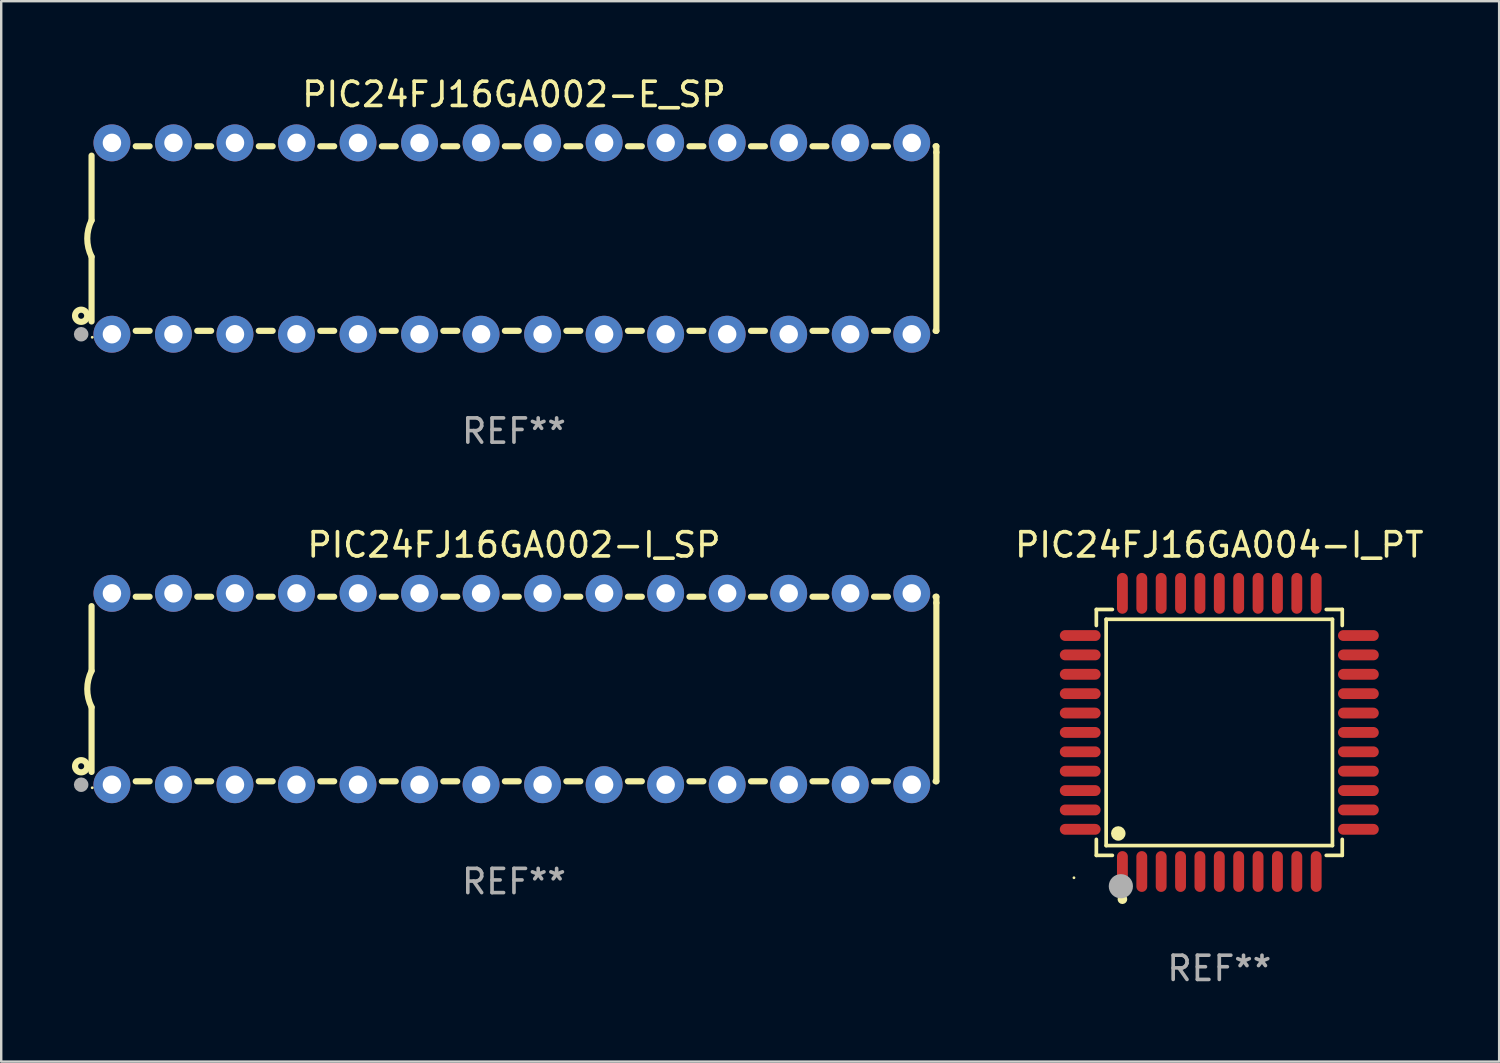
<source format=kicad_pcb>
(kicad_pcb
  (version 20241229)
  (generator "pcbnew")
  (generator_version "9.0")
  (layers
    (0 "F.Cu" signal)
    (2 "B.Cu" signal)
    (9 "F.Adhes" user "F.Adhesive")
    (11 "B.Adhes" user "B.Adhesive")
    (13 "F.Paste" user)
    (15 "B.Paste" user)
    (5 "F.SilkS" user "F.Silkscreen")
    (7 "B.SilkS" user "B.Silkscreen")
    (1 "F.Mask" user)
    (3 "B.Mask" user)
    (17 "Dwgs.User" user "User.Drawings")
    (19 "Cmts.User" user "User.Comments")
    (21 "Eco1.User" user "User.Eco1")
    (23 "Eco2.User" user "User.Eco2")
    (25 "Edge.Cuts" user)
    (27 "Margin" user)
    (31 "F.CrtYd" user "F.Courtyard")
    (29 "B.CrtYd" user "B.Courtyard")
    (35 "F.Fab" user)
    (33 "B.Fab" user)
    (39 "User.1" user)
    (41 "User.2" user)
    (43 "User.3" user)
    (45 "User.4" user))
  (footprint "PIC24FJ16GA002-E_SP"
    (layer "F.Cu")
    (at 18.168 6.798)
    (property "Reference" "PIC24FJ16GA002-E_SP" (at 0 -5.95 0) (layer "F.SilkS") (effects (font (size 1 1) (thickness 0.15))))
    (attr through_hole)
    (fp_line (start -17.438 0.75) (end -17.438 3.423) (stroke (width 0.254) (type solid)) (layer "F.SilkS"))
    (fp_line (start -17.438 -3.423) (end -17.438 -0.75) (stroke (width 0.254) (type solid)) (layer "F.SilkS"))
    (fp_line (start -15.615 3.81) (end -15.041 3.81) (stroke (width 0.254) (type solid)) (layer "F.SilkS"))
    (fp_line (start -15.041 -3.81) (end -15.614 -3.81) (stroke (width 0.254) (type solid)) (layer "F.SilkS"))
    (fp_line (start -13.075 3.81) (end -12.501 3.81) (stroke (width 0.254) (type solid)) (layer "F.SilkS"))
    (fp_line (start -12.501 -3.81) (end -13.074 -3.81) (stroke (width 0.254) (type solid)) (layer "F.SilkS"))
    (fp_line (start -10.535 3.81) (end -9.961 3.81) (stroke (width 0.254) (type solid)) (layer "F.SilkS"))
    (fp_line (start -9.961 -3.81) (end -10.534 -3.81) (stroke (width 0.254) (type solid)) (layer "F.SilkS"))
    (fp_line (start -7.995 3.81) (end -7.421 3.81) (stroke (width 0.254) (type solid)) (layer "F.SilkS"))
    (fp_line (start -7.421 -3.81) (end -7.995 -3.81) (stroke (width 0.254) (type solid)) (layer "F.SilkS"))
    (fp_line (start -5.455 3.81) (end -4.881 3.81) (stroke (width 0.254) (type solid)) (layer "F.SilkS"))
    (fp_line (start -4.881 -3.81) (end -5.455 -3.81) (stroke (width 0.254) (type solid)) (layer "F.SilkS"))
    (fp_line (start -2.915 3.81) (end -2.341 3.81) (stroke (width 0.254) (type solid)) (layer "F.SilkS"))
    (fp_line (start -2.341 -3.81) (end -2.915 -3.81) (stroke (width 0.254) (type solid)) (layer "F.SilkS"))
    (fp_line (start -0.375 3.81) (end 0.199 3.81) (stroke (width 0.254) (type solid)) (layer "F.SilkS"))
    (fp_line (start 0.199 -3.81) (end -0.375 -3.81) (stroke (width 0.254) (type solid)) (layer "F.SilkS"))
    (fp_line (start 2.165 3.81) (end 2.739 3.81) (stroke (width 0.254) (type solid)) (layer "F.SilkS"))
    (fp_line (start 2.739 -3.81) (end 2.165 -3.81) (stroke (width 0.254) (type solid)) (layer "F.SilkS"))
    (fp_line (start 4.705 3.81) (end 5.279 3.81) (stroke (width 0.254) (type solid)) (layer "F.SilkS"))
    (fp_line (start 5.279 -3.81) (end 4.705 -3.81) (stroke (width 0.254) (type solid)) (layer "F.SilkS"))
    (fp_line (start 7.245 3.81) (end 7.819 3.81) (stroke (width 0.254) (type solid)) (layer "F.SilkS"))
    (fp_line (start 7.819 -3.81) (end 7.245 -3.81) (stroke (width 0.254) (type solid)) (layer "F.SilkS"))
    (fp_line (start 9.785 3.81) (end 10.359 3.81) (stroke (width 0.254) (type solid)) (layer "F.SilkS"))
    (fp_line (start 10.359 -3.81) (end 9.785 -3.81) (stroke (width 0.254) (type solid)) (layer "F.SilkS"))
    (fp_line (start 12.325 3.81) (end 12.899 3.81) (stroke (width 0.254) (type solid)) (layer "F.SilkS"))
    (fp_line (start 12.899 -3.81) (end 12.325 -3.81) (stroke (width 0.254) (type solid)) (layer "F.SilkS"))
    (fp_line (start 14.865 3.81) (end 15.439 3.81) (stroke (width 0.254) (type solid)) (layer "F.SilkS"))
    (fp_line (start 15.439 -3.81) (end 14.865 -3.81) (stroke (width 0.254) (type solid)) (layer "F.SilkS"))
    (fp_line (start 17.405 3.81) (end 17.438 3.81) (stroke (width 0.254) (type solid)) (layer "F.SilkS"))
    (fp_line (start 17.438 -3.81) (end 17.405 -3.81) (stroke (width 0.254) (type solid)) (layer "F.SilkS"))
    (fp_line (start 17.438 -3.556) (end 17.438 -3.81) (stroke (width 0.254) (type solid)) (layer "F.SilkS"))
    (fp_line (start 17.438 3.81) (end 17.438 -3.556) (stroke (width 0.254) (type solid)) (layer "F.SilkS"))
    (fp_arc (start -17.437986 0.749657) (mid -17.614887 -0.000024) (end -17.437783 -0.749657) (stroke (width 0.254001) (type solid)) (layer "F.SilkS"))
    (fp_circle (center -17.868 3.188) (end -17.743 3.188) (stroke (width 0.254) (type solid)) (fill no) (layer "F.SilkS"))
    (fp_circle (center -17.411 4.077) (end -17.381 4.077) (stroke (width 0.06) (type solid)) (fill no) (layer "F.SilkS"))
    (fp_circle (center -17.868 3.95) (end -17.718 3.95) (stroke (width 0.3) (type solid)) (fill no) (layer "F.Fab"))
    (fp_text user "REF**" (at 0 7.95 0) (layer "F.Fab") (effects (font (size 1 1) (thickness 0.15))))
    (pad "1" thru_hole circle (at -16.598 3.95) (size 1.524 1.524) (drill 0.762) (layers "*.Cu" "*.Mask"))
    (pad "2" thru_hole circle (at -14.058 3.95) (size 1.524 1.524) (drill 0.762) (layers "*.Cu" "*.Mask"))
    (pad "3" thru_hole circle (at -11.518 3.95) (size 1.524 1.524) (drill 0.762) (layers "*.Cu" "*.Mask"))
    (pad "4" thru_hole circle (at -8.978 3.95) (size 1.524 1.524) (drill 0.762) (layers "*.Cu" "*.Mask"))
    (pad "5" thru_hole circle (at -6.438 3.95) (size 1.524 1.524) (drill 0.762) (layers "*.Cu" "*.Mask"))
    (pad "6" thru_hole circle (at -3.898 3.95) (size 1.524 1.524) (drill 0.762) (layers "*.Cu" "*.Mask"))
    (pad "7" thru_hole circle (at -1.358 3.95) (size 1.524 1.524) (drill 0.762) (layers "*.Cu" "*.Mask"))
    (pad "8" thru_hole circle (at 1.182 3.95) (size 1.524 1.524) (drill 0.762) (layers "*.Cu" "*.Mask"))
    (pad "9" thru_hole circle (at 3.722 3.95) (size 1.524 1.524) (drill 0.762) (layers "*.Cu" "*.Mask"))
    (pad "10" thru_hole circle (at 6.262 3.95) (size 1.524 1.524) (drill 0.762) (layers "*.Cu" "*.Mask"))
    (pad "11" thru_hole circle (at 8.802 3.95) (size 1.524 1.524) (drill 0.762) (layers "*.Cu" "*.Mask"))
    (pad "12" thru_hole circle (at 11.342 3.95) (size 1.524 1.524) (drill 0.762) (layers "*.Cu" "*.Mask"))
    (pad "13" thru_hole circle (at 13.882 3.95) (size 1.524 1.524) (drill 0.762) (layers "*.Cu" "*.Mask"))
    (pad "14" thru_hole circle (at 16.422 3.95) (size 1.524 1.524) (drill 0.762) (layers "*.Cu" "*.Mask"))
    (pad "15" thru_hole circle (at 16.422 -3.95) (size 1.524 1.524) (drill 0.762) (layers "*.Cu" "*.Mask"))
    (pad "16" thru_hole circle (at 13.882 -3.95) (size 1.524 1.524) (drill 0.762) (layers "*.Cu" "*.Mask"))
    (pad "17" thru_hole circle (at 11.342 -3.95) (size 1.524 1.524) (drill 0.762) (layers "*.Cu" "*.Mask"))
    (pad "18" thru_hole circle (at 8.802 -3.95) (size 1.524 1.524) (drill 0.762) (layers "*.Cu" "*.Mask"))
    (pad "19" thru_hole circle (at 6.262 -3.95) (size 1.524 1.524) (drill 0.762) (layers "*.Cu" "*.Mask"))
    (pad "20" thru_hole circle (at 3.722 -3.95) (size 1.524 1.524) (drill 0.762) (layers "*.Cu" "*.Mask"))
    (pad "21" thru_hole circle (at 1.182 -3.95) (size 1.524 1.524) (drill 0.762) (layers "*.Cu" "*.Mask"))
    (pad "22" thru_hole circle (at -1.358 -3.95) (size 1.524 1.524) (drill 0.762) (layers "*.Cu" "*.Mask"))
    (pad "23" thru_hole circle (at -3.898 -3.95) (size 1.524 1.524) (drill 0.762) (layers "*.Cu" "*.Mask"))
    (pad "24" thru_hole circle (at -6.438 -3.95) (size 1.524 1.524) (drill 0.762) (layers "*.Cu" "*.Mask"))
    (pad "25" thru_hole circle (at -8.978 -3.95) (size 1.524 1.524) (drill 0.762) (layers "*.Cu" "*.Mask"))
    (pad "26" thru_hole circle (at -11.517 -3.95) (size 1.524 1.524) (drill 0.762) (layers "*.Cu" "*.Mask"))
    (pad "27" thru_hole circle (at -14.057 -3.95) (size 1.524 1.524) (drill 0.762) (layers "*.Cu" "*.Mask"))
    (pad "28" thru_hole circle (at -16.597 -3.95) (size 1.524 1.524) (drill 0.762) (layers "*.Cu" "*.Mask")))
  (footprint "PIC24FJ16GA004-I_PT"
    (layer "F.Cu")
    (at 47.287 27.187)
    (property "Reference" "PIC24FJ16GA004-I_PT" (at 0 -7.742 0) (layer "F.SilkS") (effects (font (size 1 1) (thickness 0.15))))
    (attr through_hole)
    (fp_line (start -5.076 -5.076) (end -4.415 -5.076) (stroke (width 0.152) (type solid)) (layer "F.SilkS"))
    (fp_line (start -5.076 -4.415) (end -5.076 -5.076) (stroke (width 0.152) (type solid)) (layer "F.SilkS"))
    (fp_line (start -5.076 4.415) (end -5.076 5.076) (stroke (width 0.152) (type solid)) (layer "F.SilkS"))
    (fp_line (start -5.076 5.076) (end -4.415 5.076) (stroke (width 0.152) (type solid)) (layer "F.SilkS"))
    (fp_line (start -4.671 -4.671) (end 4.671 -4.671) (stroke (width 0.152) (type solid)) (layer "F.SilkS"))
    (fp_line (start -4.671 4.671) (end -4.671 -4.671) (stroke (width 0.152) (type solid)) (layer "F.SilkS"))
    (fp_line (start 4.671 -4.671) (end 4.671 4.671) (stroke (width 0.152) (type solid)) (layer "F.SilkS"))
    (fp_line (start 4.671 4.671) (end -4.671 4.671) (stroke (width 0.152) (type solid)) (layer "F.SilkS"))
    (fp_line (start 5.076 -5.076) (end 4.415 -5.076) (stroke (width 0.152) (type solid)) (layer "F.SilkS"))
    (fp_line (start 5.076 -4.415) (end 5.076 -5.076) (stroke (width 0.152) (type solid)) (layer "F.SilkS"))
    (fp_line (start 5.076 4.415) (end 5.076 5.076) (stroke (width 0.152) (type solid)) (layer "F.SilkS"))
    (fp_line (start 5.076 5.076) (end 4.415 5.076) (stroke (width 0.152) (type solid)) (layer "F.SilkS"))
    (fp_circle (center -6 6) (end -5.97 6) (stroke (width 0.06) (type solid)) (fill no) (layer "F.SilkS"))
    (fp_circle (center -4.171 4.171) (end -4.021 4.171) (stroke (width 0.3) (type solid)) (fill no) (layer "F.SilkS"))
    (fp_circle (center -4 6.884) (end -3.9 6.884) (stroke (width 0.2) (type solid)) (fill no) (layer "F.SilkS"))
    (fp_circle (center -4.064 6.35) (end -3.814 6.35) (stroke (width 0.5) (type solid)) (fill no) (layer "F.Fab"))
    (fp_text user "REF**" (at 0 9.742 0) (layer "F.Fab") (effects (font (size 1 1) (thickness 0.15))))
    (pad "1" smd oval (at -4 5.742) (size 0.448 1.684) (layers "F.Cu" "F.Mask" "F.Paste"))
    (pad "2" smd oval (at -3.2 5.742) (size 0.448 1.684) (layers "F.Cu" "F.Mask" "F.Paste"))
    (pad "3" smd oval (at -2.4 5.742) (size 0.448 1.684) (layers "F.Cu" "F.Mask" "F.Paste"))
    (pad "4" smd oval (at -1.6 5.742) (size 0.448 1.684) (layers "F.Cu" "F.Mask" "F.Paste"))
    (pad "5" smd oval (at -0.8 5.742) (size 0.448 1.684) (layers "F.Cu" "F.Mask" "F.Paste"))
    (pad "6" smd oval (at 0 5.742) (size 0.448 1.684) (layers "F.Cu" "F.Mask" "F.Paste"))
    (pad "7" smd oval (at 0.8 5.742) (size 0.448 1.684) (layers "F.Cu" "F.Mask" "F.Paste"))
    (pad "8" smd oval (at 1.6 5.742) (size 0.448 1.684) (layers "F.Cu" "F.Mask" "F.Paste"))
    (pad "9" smd oval (at 2.4 5.742) (size 0.448 1.684) (layers "F.Cu" "F.Mask" "F.Paste"))
    (pad "10" smd oval (at 3.2 5.742) (size 0.448 1.684) (layers "F.Cu" "F.Mask" "F.Paste"))
    (pad "11" smd oval (at 4 5.742) (size 0.448 1.684) (layers "F.Cu" "F.Mask" "F.Paste"))
    (pad "12" smd oval (at 5.742 4) (size 1.684 0.448) (layers "F.Cu" "F.Mask" "F.Paste"))
    (pad "13" smd oval (at 5.742 3.2) (size 1.684 0.448) (layers "F.Cu" "F.Mask" "F.Paste"))
    (pad "14" smd oval (at 5.742 2.4) (size 1.684 0.448) (layers "F.Cu" "F.Mask" "F.Paste"))
    (pad "15" smd oval (at 5.742 1.6) (size 1.684 0.448) (layers "F.Cu" "F.Mask" "F.Paste"))
    (pad "16" smd oval (at 5.742 0.8) (size 1.684 0.448) (layers "F.Cu" "F.Mask" "F.Paste"))
    (pad "17" smd oval (at 5.742 0) (size 1.684 0.448) (layers "F.Cu" "F.Mask" "F.Paste"))
    (pad "18" smd oval (at 5.742 -0.8) (size 1.684 0.448) (layers "F.Cu" "F.Mask" "F.Paste"))
    (pad "19" smd oval (at 5.742 -1.6) (size 1.684 0.448) (layers "F.Cu" "F.Mask" "F.Paste"))
    (pad "20" smd oval (at 5.742 -2.4) (size 1.684 0.448) (layers "F.Cu" "F.Mask" "F.Paste"))
    (pad "21" smd oval (at 5.742 -3.2) (size 1.684 0.448) (layers "F.Cu" "F.Mask" "F.Paste"))
    (pad "22" smd oval (at 5.742 -4) (size 1.684 0.448) (layers "F.Cu" "F.Mask" "F.Paste"))
    (pad "23" smd oval (at 4 -5.742) (size 0.448 1.684) (layers "F.Cu" "F.Mask" "F.Paste"))
    (pad "24" smd oval (at 3.2 -5.742) (size 0.448 1.684) (layers "F.Cu" "F.Mask" "F.Paste"))
    (pad "25" smd oval (at 2.4 -5.742) (size 0.448 1.684) (layers "F.Cu" "F.Mask" "F.Paste"))
    (pad "26" smd oval (at 1.6 -5.742) (size 0.448 1.684) (layers "F.Cu" "F.Mask" "F.Paste"))
    (pad "27" smd oval (at 0.8 -5.742) (size 0.448 1.684) (layers "F.Cu" "F.Mask" "F.Paste"))
    (pad "28" smd oval (at 0 -5.742) (size 0.448 1.684) (layers "F.Cu" "F.Mask" "F.Paste"))
    (pad "29" smd oval (at -0.8 -5.742) (size 0.448 1.684) (layers "F.Cu" "F.Mask" "F.Paste"))
    (pad "30" smd oval (at -1.6 -5.742) (size 0.448 1.684) (layers "F.Cu" "F.Mask" "F.Paste"))
    (pad "31" smd oval (at -2.4 -5.742) (size 0.448 1.684) (layers "F.Cu" "F.Mask" "F.Paste"))
    (pad "32" smd oval (at -3.2 -5.742) (size 0.448 1.684) (layers "F.Cu" "F.Mask" "F.Paste"))
    (pad "33" smd oval (at -4 -5.742) (size 0.448 1.684) (layers "F.Cu" "F.Mask" "F.Paste"))
    (pad "34" smd oval (at -5.742 -4) (size 1.684 0.448) (layers "F.Cu" "F.Mask" "F.Paste"))
    (pad "35" smd oval (at -5.742 -3.2) (size 1.684 0.448) (layers "F.Cu" "F.Mask" "F.Paste"))
    (pad "36" smd oval (at -5.742 -2.4) (size 1.684 0.448) (layers "F.Cu" "F.Mask" "F.Paste"))
    (pad "37" smd oval (at -5.742 -1.6) (size 1.684 0.448) (layers "F.Cu" "F.Mask" "F.Paste"))
    (pad "38" smd oval (at -5.742 -0.8) (size 1.684 0.448) (layers "F.Cu" "F.Mask" "F.Paste"))
    (pad "39" smd oval (at -5.742 0) (size 1.684 0.448) (layers "F.Cu" "F.Mask" "F.Paste"))
    (pad "40" smd oval (at -5.742 0.8) (size 1.684 0.448) (layers "F.Cu" "F.Mask" "F.Paste"))
    (pad "41" smd oval (at -5.742 1.6) (size 1.684 0.448) (layers "F.Cu" "F.Mask" "F.Paste"))
    (pad "42" smd oval (at -5.742 2.4) (size 1.684 0.448) (layers "F.Cu" "F.Mask" "F.Paste"))
    (pad "43" smd oval (at -5.742 3.2) (size 1.684 0.448) (layers "F.Cu" "F.Mask" "F.Paste"))
    (pad "44" smd oval (at -5.742 4) (size 1.684 0.448) (layers "F.Cu" "F.Mask" "F.Paste")))
  (footprint "PIC24FJ16GA002-I_SP"
    (layer "F.Cu")
    (at 18.168 25.395)
    (property "Reference" "PIC24FJ16GA002-I_SP" (at 0 -5.95 0) (layer "F.SilkS") (effects (font (size 1 1) (thickness 0.15))))
    (attr through_hole)
    (fp_line (start -17.438 0.75) (end -17.438 3.423) (stroke (width 0.254) (type solid)) (layer "F.SilkS"))
    (fp_line (start -17.438 -3.423) (end -17.438 -0.75) (stroke (width 0.254) (type solid)) (layer "F.SilkS"))
    (fp_line (start -15.615 3.81) (end -15.041 3.81) (stroke (width 0.254) (type solid)) (layer "F.SilkS"))
    (fp_line (start -15.041 -3.81) (end -15.614 -3.81) (stroke (width 0.254) (type solid)) (layer "F.SilkS"))
    (fp_line (start -13.075 3.81) (end -12.501 3.81) (stroke (width 0.254) (type solid)) (layer "F.SilkS"))
    (fp_line (start -12.501 -3.81) (end -13.074 -3.81) (stroke (width 0.254) (type solid)) (layer "F.SilkS"))
    (fp_line (start -10.535 3.81) (end -9.961 3.81) (stroke (width 0.254) (type solid)) (layer "F.SilkS"))
    (fp_line (start -9.961 -3.81) (end -10.534 -3.81) (stroke (width 0.254) (type solid)) (layer "F.SilkS"))
    (fp_line (start -7.995 3.81) (end -7.421 3.81) (stroke (width 0.254) (type solid)) (layer "F.SilkS"))
    (fp_line (start -7.421 -3.81) (end -7.995 -3.81) (stroke (width 0.254) (type solid)) (layer "F.SilkS"))
    (fp_line (start -5.455 3.81) (end -4.881 3.81) (stroke (width 0.254) (type solid)) (layer "F.SilkS"))
    (fp_line (start -4.881 -3.81) (end -5.455 -3.81) (stroke (width 0.254) (type solid)) (layer "F.SilkS"))
    (fp_line (start -2.915 3.81) (end -2.341 3.81) (stroke (width 0.254) (type solid)) (layer "F.SilkS"))
    (fp_line (start -2.341 -3.81) (end -2.915 -3.81) (stroke (width 0.254) (type solid)) (layer "F.SilkS"))
    (fp_line (start -0.375 3.81) (end 0.199 3.81) (stroke (width 0.254) (type solid)) (layer "F.SilkS"))
    (fp_line (start 0.199 -3.81) (end -0.375 -3.81) (stroke (width 0.254) (type solid)) (layer "F.SilkS"))
    (fp_line (start 2.165 3.81) (end 2.739 3.81) (stroke (width 0.254) (type solid)) (layer "F.SilkS"))
    (fp_line (start 2.739 -3.81) (end 2.165 -3.81) (stroke (width 0.254) (type solid)) (layer "F.SilkS"))
    (fp_line (start 4.705 3.81) (end 5.279 3.81) (stroke (width 0.254) (type solid)) (layer "F.SilkS"))
    (fp_line (start 5.279 -3.81) (end 4.705 -3.81) (stroke (width 0.254) (type solid)) (layer "F.SilkS"))
    (fp_line (start 7.245 3.81) (end 7.819 3.81) (stroke (width 0.254) (type solid)) (layer "F.SilkS"))
    (fp_line (start 7.819 -3.81) (end 7.245 -3.81) (stroke (width 0.254) (type solid)) (layer "F.SilkS"))
    (fp_line (start 9.785 3.81) (end 10.359 3.81) (stroke (width 0.254) (type solid)) (layer "F.SilkS"))
    (fp_line (start 10.359 -3.81) (end 9.785 -3.81) (stroke (width 0.254) (type solid)) (layer "F.SilkS"))
    (fp_line (start 12.325 3.81) (end 12.899 3.81) (stroke (width 0.254) (type solid)) (layer "F.SilkS"))
    (fp_line (start 12.899 -3.81) (end 12.325 -3.81) (stroke (width 0.254) (type solid)) (layer "F.SilkS"))
    (fp_line (start 14.865 3.81) (end 15.439 3.81) (stroke (width 0.254) (type solid)) (layer "F.SilkS"))
    (fp_line (start 15.439 -3.81) (end 14.865 -3.81) (stroke (width 0.254) (type solid)) (layer "F.SilkS"))
    (fp_line (start 17.405 3.81) (end 17.438 3.81) (stroke (width 0.254) (type solid)) (layer "F.SilkS"))
    (fp_line (start 17.438 -3.81) (end 17.405 -3.81) (stroke (width 0.254) (type solid)) (layer "F.SilkS"))
    (fp_line (start 17.438 -3.556) (end 17.438 -3.81) (stroke (width 0.254) (type solid)) (layer "F.SilkS"))
    (fp_line (start 17.438 3.81) (end 17.438 -3.556) (stroke (width 0.254) (type solid)) (layer "F.SilkS"))
    (fp_arc (start -17.437986 0.749657) (mid -17.614887 -0.000024) (end -17.437783 -0.749657) (stroke (width 0.254001) (type solid)) (layer "F.SilkS"))
    (fp_circle (center -17.868 3.188) (end -17.743 3.188) (stroke (width 0.254) (type solid)) (fill no) (layer "F.SilkS"))
    (fp_circle (center -17.411 4.077) (end -17.381 4.077) (stroke (width 0.06) (type solid)) (fill no) (layer "F.SilkS"))
    (fp_circle (center -17.868 3.95) (end -17.718 3.95) (stroke (width 0.3) (type solid)) (fill no) (layer "F.Fab"))
    (fp_text user "REF**" (at 0 7.95 0) (layer "F.Fab") (effects (font (size 1 1) (thickness 0.15))))
    (pad "1" thru_hole circle (at -16.598 3.95) (size 1.524 1.524) (drill 0.762) (layers "*.Cu" "*.Mask"))
    (pad "2" thru_hole circle (at -14.058 3.95) (size 1.524 1.524) (drill 0.762) (layers "*.Cu" "*.Mask"))
    (pad "3" thru_hole circle (at -11.518 3.95) (size 1.524 1.524) (drill 0.762) (layers "*.Cu" "*.Mask"))
    (pad "4" thru_hole circle (at -8.978 3.95) (size 1.524 1.524) (drill 0.762) (layers "*.Cu" "*.Mask"))
    (pad "5" thru_hole circle (at -6.438 3.95) (size 1.524 1.524) (drill 0.762) (layers "*.Cu" "*.Mask"))
    (pad "6" thru_hole circle (at -3.898 3.95) (size 1.524 1.524) (drill 0.762) (layers "*.Cu" "*.Mask"))
    (pad "7" thru_hole circle (at -1.358 3.95) (size 1.524 1.524) (drill 0.762) (layers "*.Cu" "*.Mask"))
    (pad "8" thru_hole circle (at 1.182 3.95) (size 1.524 1.524) (drill 0.762) (layers "*.Cu" "*.Mask"))
    (pad "9" thru_hole circle (at 3.722 3.95) (size 1.524 1.524) (drill 0.762) (layers "*.Cu" "*.Mask"))
    (pad "10" thru_hole circle (at 6.262 3.95) (size 1.524 1.524) (drill 0.762) (layers "*.Cu" "*.Mask"))
    (pad "11" thru_hole circle (at 8.802 3.95) (size 1.524 1.524) (drill 0.762) (layers "*.Cu" "*.Mask"))
    (pad "12" thru_hole circle (at 11.342 3.95) (size 1.524 1.524) (drill 0.762) (layers "*.Cu" "*.Mask"))
    (pad "13" thru_hole circle (at 13.882 3.95) (size 1.524 1.524) (drill 0.762) (layers "*.Cu" "*.Mask"))
    (pad "14" thru_hole circle (at 16.422 3.95) (size 1.524 1.524) (drill 0.762) (layers "*.Cu" "*.Mask"))
    (pad "15" thru_hole circle (at 16.422 -3.95) (size 1.524 1.524) (drill 0.762) (layers "*.Cu" "*.Mask"))
    (pad "16" thru_hole circle (at 13.882 -3.95) (size 1.524 1.524) (drill 0.762) (layers "*.Cu" "*.Mask"))
    (pad "17" thru_hole circle (at 11.342 -3.95) (size 1.524 1.524) (drill 0.762) (layers "*.Cu" "*.Mask"))
    (pad "18" thru_hole circle (at 8.802 -3.95) (size 1.524 1.524) (drill 0.762) (layers "*.Cu" "*.Mask"))
    (pad "19" thru_hole circle (at 6.262 -3.95) (size 1.524 1.524) (drill 0.762) (layers "*.Cu" "*.Mask"))
    (pad "20" thru_hole circle (at 3.722 -3.95) (size 1.524 1.524) (drill 0.762) (layers "*.Cu" "*.Mask"))
    (pad "21" thru_hole circle (at 1.182 -3.95) (size 1.524 1.524) (drill 0.762) (layers "*.Cu" "*.Mask"))
    (pad "22" thru_hole circle (at -1.358 -3.95) (size 1.524 1.524) (drill 0.762) (layers "*.Cu" "*.Mask"))
    (pad "23" thru_hole circle (at -3.898 -3.95) (size 1.524 1.524) (drill 0.762) (layers "*.Cu" "*.Mask"))
    (pad "24" thru_hole circle (at -6.438 -3.95) (size 1.524 1.524) (drill 0.762) (layers "*.Cu" "*.Mask"))
    (pad "25" thru_hole circle (at -8.978 -3.95) (size 1.524 1.524) (drill 0.762) (layers "*.Cu" "*.Mask"))
    (pad "26" thru_hole circle (at -11.517 -3.95) (size 1.524 1.524) (drill 0.762) (layers "*.Cu" "*.Mask"))
    (pad "27" thru_hole circle (at -14.057 -3.95) (size 1.524 1.524) (drill 0.762) (layers "*.Cu" "*.Mask"))
    (pad "28" thru_hole circle (at -16.597 -3.95) (size 1.524 1.524) (drill 0.762) (layers "*.Cu" "*.Mask")))
  (gr_rect
    (start -3 -3)
    (end 58.84 40.777)
    (stroke (width 0.1) (type default))
    (fill no)
    (layer "Edge.Cuts")))
</source>
